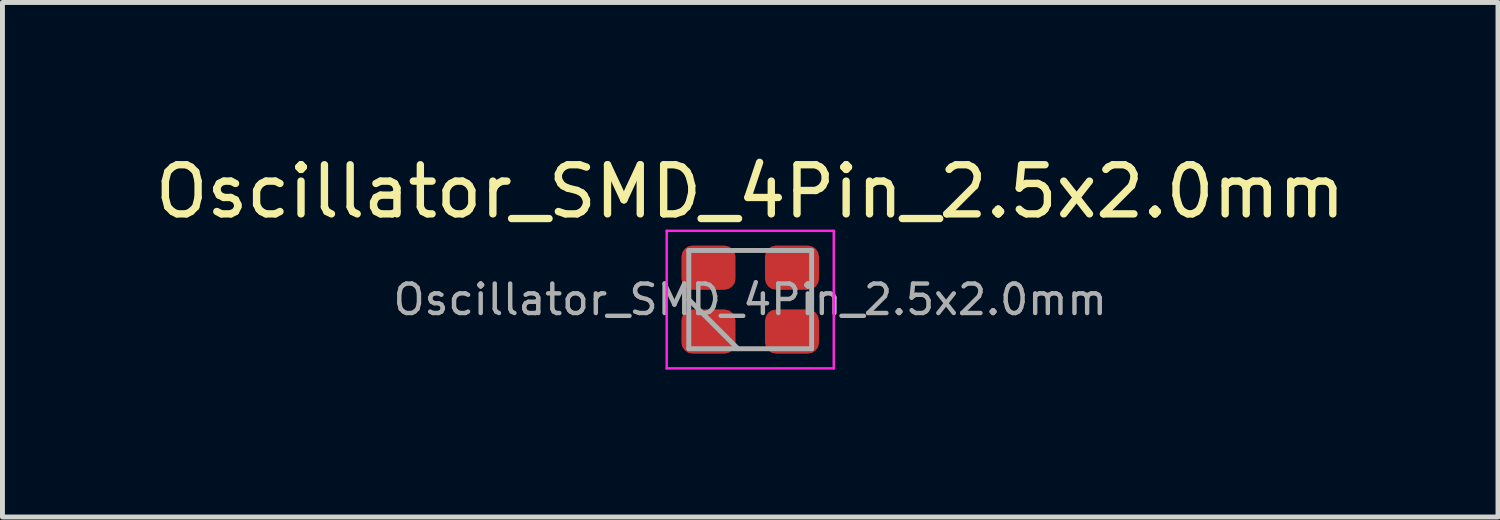
<source format=kicad_pcb>
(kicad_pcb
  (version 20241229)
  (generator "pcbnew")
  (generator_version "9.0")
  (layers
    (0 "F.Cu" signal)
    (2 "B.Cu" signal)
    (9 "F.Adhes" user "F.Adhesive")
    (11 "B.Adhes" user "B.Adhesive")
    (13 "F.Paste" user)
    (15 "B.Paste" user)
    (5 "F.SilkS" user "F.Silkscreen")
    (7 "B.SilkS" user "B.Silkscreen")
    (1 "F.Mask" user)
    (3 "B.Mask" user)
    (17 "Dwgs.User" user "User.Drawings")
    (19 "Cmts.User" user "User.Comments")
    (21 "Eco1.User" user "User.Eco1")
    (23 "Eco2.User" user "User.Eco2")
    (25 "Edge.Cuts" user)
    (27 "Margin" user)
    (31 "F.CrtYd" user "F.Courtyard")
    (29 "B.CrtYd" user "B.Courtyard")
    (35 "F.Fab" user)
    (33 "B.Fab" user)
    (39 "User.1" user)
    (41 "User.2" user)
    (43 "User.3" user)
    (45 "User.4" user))
  (footprint "Oscillator_SMD_4Pin_2.5x2.0mm"
    (layer "F.Cu")
    (at 12.22 3.048)
    (property "Reference" "Oscillator_SMD_4Pin_2.5x2.0mm" (at 0 -2.2 0) (layer "F.SilkS") (effects (font (size 1 1) (thickness 0.15))))
    (attr smd)
    (fp_line (start -1.7 -1.4) (end -1.7 1.4) (stroke (width 0.05) (type solid)) (layer "F.CrtYd"))
    (fp_line (start -1.7 1.4) (end 1.7 1.4) (stroke (width 0.05) (type solid)) (layer "F.CrtYd"))
    (fp_line (start 1.7 -1.4) (end -1.7 -1.4) (stroke (width 0.05) (type solid)) (layer "F.CrtYd"))
    (fp_line (start 1.7 1.4) (end 1.7 -1.4) (stroke (width 0.05) (type solid)) (layer "F.CrtYd"))
    (fp_line (start -1.25 -1) (end -1.25 1) (stroke (width 0.1) (type solid)) (layer "F.Fab"))
    (fp_line (start -1.25 0) (end -0.25 1) (stroke (width 0.1) (type solid)) (layer "F.Fab"))
    (fp_line (start -1.25 1) (end 1.25 1) (stroke (width 0.1) (type solid)) (layer "F.Fab"))
    (fp_line (start 1.25 -1) (end -1.25 -1) (stroke (width 0.1) (type solid)) (layer "F.Fab"))
    (fp_line (start 1.25 1) (end 1.25 -1) (stroke (width 0.1) (type solid)) (layer "F.Fab"))
    (fp_text user "${REFERENCE}" (at 0 0 0) (layer "F.Fab") (effects (font (size 0.6 0.6) (thickness 0.09))))
    (pad "1" smd roundrect (at -0.85 0.65) (size 1.1 0.9) (layers "F.Cu" "F.Mask" "F.Paste") (roundrect_rratio 0.25))
    (pad "2" smd roundrect (at 0.85 0.65) (size 1.1 0.9) (layers "F.Cu" "F.Mask" "F.Paste") (roundrect_rratio 0.25))
    (pad "3" smd roundrect (at 0.85 -0.65) (size 1.1 0.9) (layers "F.Cu" "F.Mask" "F.Paste") (roundrect_rratio 0.25))
    (pad "4" smd roundrect (at -0.85 -0.65) (size 1.1 0.9) (layers "F.Cu" "F.Mask" "F.Paste") (roundrect_rratio 0.25)))
  (gr_rect
    (start -3 -3)
    (end 27.44 7.473)
    (stroke (width 0.1) (type default))
    (fill no)
    (layer "Edge.Cuts")))
</source>
